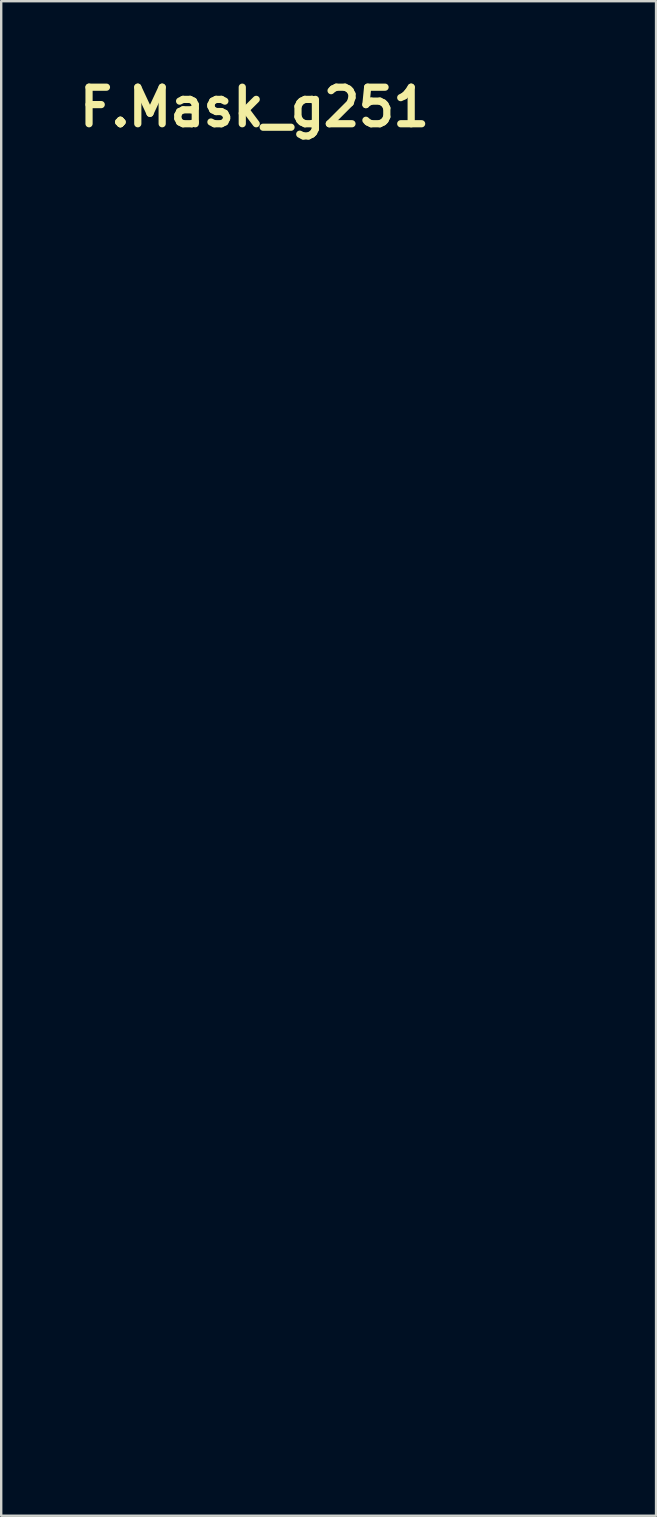
<source format=kicad_pcb>
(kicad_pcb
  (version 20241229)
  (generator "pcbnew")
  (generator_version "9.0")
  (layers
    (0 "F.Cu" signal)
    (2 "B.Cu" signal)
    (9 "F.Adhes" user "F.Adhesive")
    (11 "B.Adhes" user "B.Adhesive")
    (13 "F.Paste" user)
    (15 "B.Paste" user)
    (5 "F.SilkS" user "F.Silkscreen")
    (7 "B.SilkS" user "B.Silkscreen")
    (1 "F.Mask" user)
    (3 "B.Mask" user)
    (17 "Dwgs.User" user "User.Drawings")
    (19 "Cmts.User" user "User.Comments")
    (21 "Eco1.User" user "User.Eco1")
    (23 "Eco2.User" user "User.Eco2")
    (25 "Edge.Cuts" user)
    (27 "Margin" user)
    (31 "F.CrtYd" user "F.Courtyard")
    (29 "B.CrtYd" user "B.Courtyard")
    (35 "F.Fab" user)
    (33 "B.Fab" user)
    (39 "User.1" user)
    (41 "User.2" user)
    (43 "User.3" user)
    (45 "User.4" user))
  (footprint "F.Mask_g251"
    (layer "F.Cu")
    (at 7.555 1.418)
    (property "Reference" "F.Mask_g251" (at 0 0 0) (layer "F.SilkS") (effects (font (size 1.524 1.524) (thickness 0.3))))
    (attr through_hole)
    (fp_poly (pts (xy 9.271 25.669) (xy 9.662 25.714) (xy 10.044 25.792) (xy 10.418 25.9) (xy 10.835 26.061) (xy 11.231 26.256) (xy 11.604 26.485) (xy 11.952 26.746) (xy 12.274 27.035) (xy 12.569 27.352) (xy 12.834 27.693) (xy 13.068 28.058) (xy 13.269 28.444) (xy 13.437 28.849) (xy 13.568 29.271) (xy 13.663 29.707) (xy 13.719 30.157) (xy 13.72 30.175) (xy 13.732 30.61) (xy 13.703 31.043) (xy 13.633 31.471) (xy 13.526 31.892) (xy 13.382 32.302) (xy 13.201 32.698) (xy 12.987 33.077) (xy 12.739 33.437) (xy 12.459 33.774) (xy 12.149 34.085) (xy 11.927 34.275) (xy 11.576 34.533) (xy 11.202 34.758) (xy 10.809 34.95) (xy 10.402 35.106) (xy 9.985 35.224) (xy 9.564 35.303) (xy 9.377 35.325) (xy 9.339 35.327) (xy 9.261 35.328) (xy 9.146 35.33) (xy 8.995 35.332) (xy 8.812 35.334) (xy 8.599 35.336) (xy 8.357 35.337) (xy 8.09 35.339) (xy 7.8 35.341) (xy 7.488 35.343) (xy 7.159 35.344) (xy 6.813 35.346) (xy 6.453 35.348) (xy 6.083 35.349) (xy 5.703 35.351) (xy 5.316 35.352) (xy 4.925 35.354) (xy 4.533 35.355) (xy 4.141 35.356) (xy 3.751 35.357) (xy 3.367 35.358) (xy 2.991 35.359) (xy 2.624 35.36) (xy 2.27 35.361) (xy 1.931 35.361) (xy 1.609 35.361) (xy 1.306 35.362) (xy 1.025 35.362) (xy 0.768 35.362) (xy 0.538 35.361) (xy 0.337 35.361) (xy 0.167 35.36) (xy 0.031 35.359) (xy -0.069 35.358) (xy -0.13 35.357) (xy -0.148 35.356) (xy -0.475 35.306) (xy -0.775 35.226) (xy -1.051 35.112) (xy -1.306 34.965) (xy -1.542 34.782) (xy -1.627 34.704) (xy -1.842 34.47) (xy -2.021 34.215) (xy -2.163 33.944) (xy -2.267 33.66) (xy -2.333 33.366) (xy -2.361 33.065) (xy -2.349 32.76) (xy -2.297 32.455) (xy -2.205 32.153) (xy -2.162 32.048) (xy -2.046 31.822) (xy -1.897 31.598) (xy -1.722 31.388) (xy -1.532 31.201) (xy -1.439 31.126) (xy -1.403 31.101) (xy -1.332 31.055) (xy -1.229 30.989) (xy -1.096 30.906) (xy -0.935 30.806) (xy -0.748 30.69) (xy -0.537 30.56) (xy -0.304 30.417) (xy -0.051 30.261) (xy 0.22 30.095) (xy 0.506 29.92) (xy 0.806 29.737) (xy 1.118 29.546) (xy 1.44 29.35) (xy 1.769 29.15) (xy 2.103 28.946) (xy 2.441 28.741) (xy 2.78 28.534) (xy 3.119 28.329) (xy 3.455 28.125) (xy 3.786 27.924) (xy 4.111 27.727) (xy 4.426 27.537) (xy 4.731 27.352) (xy 5.023 27.176) (xy 5.299 27.009) (xy 5.559 26.853) (xy 5.8 26.708) (xy 6.019 26.577) (xy 6.216 26.46) (xy 6.387 26.358) (xy 6.531 26.273) (xy 6.645 26.206) (xy 6.728 26.158) (xy 6.778 26.131) (xy 6.784 26.128) (xy 7.198 25.951) (xy 7.622 25.815) (xy 8.056 25.721) (xy 8.5 25.667) (xy 8.86 25.654) (xy 9.271 25.669)) (stroke (width 0.01) (type solid)) (fill yes) (layer "F.Mask"))
    (fp_poly (pts (xy 9.191 46.004) (xy 9.606 46.047) (xy 9.926 46.104) (xy 10.218 46.18) (xy 10.524 46.283) (xy 10.833 46.407) (xy 11.131 46.549) (xy 11.406 46.702) (xy 11.543 46.788) (xy 11.91 47.058) (xy 12.245 47.354) (xy 12.548 47.675) (xy 12.819 48.017) (xy 13.055 48.38) (xy 13.258 48.76) (xy 13.425 49.155) (xy 13.556 49.563) (xy 13.65 49.981) (xy 13.707 50.407) (xy 13.726 50.839) (xy 13.706 51.275) (xy 13.646 51.711) (xy 13.546 52.147) (xy 13.409 52.567) (xy 13.236 52.969) (xy 13.026 53.353) (xy 12.781 53.717) (xy 12.504 54.058) (xy 12.199 54.374) (xy 11.866 54.66) (xy 11.509 54.915) (xy 11.131 55.135) (xy 11.017 55.192) (xy 10.648 55.357) (xy 10.289 55.485) (xy 9.931 55.58) (xy 9.567 55.643) (xy 9.189 55.676) (xy 9.049 55.681) (xy 8.968 55.682) (xy 8.849 55.683) (xy 8.696 55.684) (xy 8.511 55.686) (xy 8.295 55.687) (xy 8.052 55.688) (xy 7.783 55.689) (xy 7.492 55.69) (xy 7.18 55.691) (xy 6.851 55.692) (xy 6.505 55.692) (xy 6.147 55.693) (xy 5.777 55.694) (xy 5.4 55.694) (xy 5.016 55.695) (xy 4.629 55.695) (xy 4.24 55.696) (xy 3.853 55.696) (xy 3.47 55.696) (xy 3.092 55.696) (xy 2.723 55.696) (xy 2.365 55.696) (xy 2.02 55.696) (xy 1.691 55.695) (xy 1.38 55.695) (xy 1.089 55.695) (xy 0.821 55.694) (xy 0.579 55.693) (xy 0.364 55.693) (xy 0.179 55.692) (xy 0.027 55.691) (xy -0.09 55.69) (xy -0.17 55.689) (xy -0.21 55.687) (xy -0.212 55.687) (xy -0.513 55.642) (xy -0.801 55.559) (xy -1.072 55.442) (xy -1.323 55.293) (xy -1.554 55.115) (xy -1.761 54.912) (xy -1.941 54.685) (xy -2.093 54.439) (xy -2.214 54.175) (xy -2.301 53.897) (xy -2.353 53.608) (xy -2.367 53.31) (xy -2.353 53.108) (xy -2.3 52.801) (xy -2.209 52.506) (xy -2.085 52.228) (xy -1.928 51.97) (xy -1.742 51.737) (xy -1.528 51.532) (xy -1.397 51.431) (xy -1.358 51.406) (xy -1.285 51.359) (xy -1.18 51.293) (xy -1.045 51.21) (xy -0.882 51.109) (xy -0.693 50.993) (xy -0.481 50.862) (xy -0.247 50.719) (xy 0.007 50.563) (xy 0.278 50.398) (xy 0.564 50.222) (xy 0.864 50.039) (xy 1.175 49.849) (xy 1.495 49.654) (xy 1.823 49.454) (xy 2.156 49.252) (xy 2.491 49.047) (xy 2.828 48.842) (xy 3.164 48.638) (xy 3.497 48.436) (xy 3.824 48.237) (xy 4.144 48.043) (xy 4.455 47.854) (xy 4.754 47.673) (xy 5.04 47.5) (xy 5.311 47.336) (xy 5.563 47.183) (xy 5.797 47.043) (xy 6.008 46.915) (xy 6.196 46.803) (xy 6.358 46.706) (xy 6.492 46.626) (xy 6.596 46.564) (xy 6.668 46.522) (xy 6.705 46.502) (xy 6.909 46.406) (xy 7.136 46.313) (xy 7.371 46.228) (xy 7.567 46.167) (xy 7.952 46.077) (xy 8.356 46.019) (xy 8.771 45.995) (xy 9.191 46.004)) (stroke (width 0.01) (type solid)) (fill yes) (layer "F.Mask"))
    (fp_poly (pts (xy 9.301 15.511) (xy 9.741 15.57) (xy 10.176 15.668) (xy 10.446 15.75) (xy 10.63 15.819) (xy 10.835 15.907) (xy 11.048 16.008) (xy 11.256 16.116) (xy 11.445 16.225) (xy 11.557 16.296) (xy 11.915 16.558) (xy 12.246 16.851) (xy 12.549 17.172) (xy 12.821 17.518) (xy 13.061 17.885) (xy 13.267 18.272) (xy 13.436 18.675) (xy 13.567 19.091) (xy 13.618 19.304) (xy 13.657 19.495) (xy 13.685 19.662) (xy 13.705 19.818) (xy 13.717 19.976) (xy 13.723 20.15) (xy 13.725 20.352) (xy 13.708 20.783) (xy 13.657 21.194) (xy 13.571 21.59) (xy 13.449 21.978) (xy 13.288 22.366) (xy 13.229 22.49) (xy 13.013 22.881) (xy 12.763 23.249) (xy 12.483 23.589) (xy 12.174 23.902) (xy 11.839 24.185) (xy 11.481 24.436) (xy 11.101 24.655) (xy 10.702 24.839) (xy 10.286 24.987) (xy 9.856 25.097) (xy 9.419 25.166) (xy 9.377 25.169) (xy 9.295 25.171) (xy 9.176 25.173) (xy 9.022 25.175) (xy 8.835 25.178) (xy 8.618 25.18) (xy 8.373 25.182) (xy 8.102 25.184) (xy 7.808 25.186) (xy 7.493 25.188) (xy 7.16 25.189) (xy 6.81 25.191) (xy 6.447 25.192) (xy 6.072 25.194) (xy 5.689 25.195) (xy 5.298 25.196) (xy 4.904 25.198) (xy 4.507 25.199) (xy 4.111 25.199) (xy 3.718 25.2) (xy 3.329 25.201) (xy 2.949 25.201) (xy 2.578 25.201) (xy 2.219 25.201) (xy 1.875 25.201) (xy 1.548 25.201) (xy 1.241 25.201) (xy 0.955 25.2) (xy 0.693 25.199) (xy 0.458 25.198) (xy 0.251 25.197) (xy 0.076 25.196) (xy -0.066 25.194) (xy -0.172 25.192) (xy -0.239 25.19) (xy -0.263 25.189) (xy -0.579 25.13) (xy -0.871 25.036) (xy -1.144 24.906) (xy -1.398 24.739) (xy -1.627 24.544) (xy -1.842 24.31) (xy -2.02 24.057) (xy -2.162 23.787) (xy -2.267 23.503) (xy -2.333 23.21) (xy -2.361 22.909) (xy -2.349 22.604) (xy -2.297 22.299) (xy -2.205 21.996) (xy -2.162 21.89) (xy -2.057 21.683) (xy -1.921 21.475) (xy -1.761 21.275) (xy -1.587 21.095) (xy -1.407 20.944) (xy -1.367 20.916) (xy -1.318 20.884) (xy -1.236 20.831) (xy -1.122 20.76) (xy -0.978 20.671) (xy -0.808 20.565) (xy -0.612 20.445) (xy -0.392 20.31) (xy -0.152 20.162) (xy 0.107 20.004) (xy 0.384 19.835) (xy 0.675 19.657) (xy 0.98 19.471) (xy 1.294 19.279) (xy 1.618 19.082) (xy 1.948 18.881) (xy 2.283 18.677) (xy 2.621 18.472) (xy 2.958 18.267) (xy 3.294 18.063) (xy 3.627 17.862) (xy 3.953 17.664) (xy 4.272 17.471) (xy 4.58 17.284) (xy 4.877 17.105) (xy 5.159 16.935) (xy 5.425 16.774) (xy 5.673 16.625) (xy 5.901 16.488) (xy 6.106 16.366) (xy 6.286 16.258) (xy 6.44 16.166) (xy 6.566 16.092) (xy 6.66 16.037) (xy 6.722 16.002) (xy 6.742 15.991) (xy 7.143 15.813) (xy 7.558 15.675) (xy 7.985 15.575) (xy 8.42 15.514) (xy 8.859 15.493) (xy 9.301 15.511)) (stroke (width 0.01) (type solid)) (fill yes) (layer "F.Mask"))
    (fp_poly (pts (xy 9.131 35.82) (xy 9.288 35.826) (xy 9.381 35.834) (xy 9.836 35.904) (xy 10.275 36.014) (xy 10.698 36.162) (xy 11.103 36.348) (xy 11.49 36.572) (xy 11.857 36.833) (xy 12.203 37.131) (xy 12.372 37.298) (xy 12.669 37.636) (xy 12.931 37.994) (xy 13.157 38.372) (xy 13.347 38.766) (xy 13.499 39.174) (xy 13.614 39.593) (xy 13.69 40.021) (xy 13.728 40.456) (xy 13.726 40.894) (xy 13.684 41.333) (xy 13.601 41.771) (xy 13.478 42.205) (xy 13.472 42.223) (xy 13.308 42.64) (xy 13.107 43.039) (xy 12.871 43.416) (xy 12.6 43.771) (xy 12.297 44.101) (xy 11.963 44.404) (xy 11.6 44.678) (xy 11.546 44.714) (xy 11.209 44.917) (xy 10.844 45.094) (xy 10.46 45.244) (xy 10.066 45.362) (xy 9.672 45.446) (xy 9.366 45.486) (xy 9.328 45.487) (xy 9.251 45.489) (xy 9.135 45.491) (xy 8.985 45.492) (xy 8.801 45.494) (xy 8.588 45.496) (xy 8.346 45.497) (xy 8.078 45.499) (xy 7.788 45.501) (xy 7.476 45.502) (xy 7.146 45.504) (xy 6.8 45.505) (xy 6.44 45.507) (xy 6.069 45.508) (xy 5.689 45.51) (xy 5.303 45.511) (xy 4.912 45.512) (xy 4.519 45.514) (xy 4.127 45.515) (xy 3.738 45.516) (xy 3.354 45.517) (xy 2.978 45.518) (xy 2.613 45.518) (xy 2.259 45.519) (xy 1.921 45.519) (xy 1.6 45.519) (xy 1.299 45.52) (xy 1.019 45.52) (xy 0.765 45.519) (xy 0.537 45.519) (xy 0.338 45.519) (xy 0.171 45.518) (xy 0.037 45.517) (xy -0.059 45.516) (xy -0.118 45.515) (xy -0.127 45.514) (xy -0.436 45.476) (xy -0.735 45.398) (xy -1.02 45.283) (xy -1.287 45.133) (xy -1.532 44.95) (xy -1.753 44.736) (xy -1.944 44.493) (xy -1.961 44.468) (xy -2.078 44.271) (xy -2.18 44.056) (xy -2.26 43.841) (xy -2.293 43.727) (xy -2.347 43.424) (xy -2.36 43.116) (xy -2.333 42.808) (xy -2.268 42.506) (xy -2.165 42.214) (xy -2.024 41.938) (xy -1.999 41.897) (xy -1.925 41.791) (xy -1.827 41.67) (xy -1.716 41.545) (xy -1.6 41.427) (xy -1.49 41.326) (xy -1.434 41.28) (xy -1.398 41.255) (xy -1.328 41.21) (xy -1.225 41.145) (xy -1.093 41.062) (xy -0.932 40.962) (xy -0.746 40.847) (xy -0.535 40.717) (xy -0.303 40.574) (xy -0.051 40.419) (xy 0.219 40.254) (xy 0.505 40.079) (xy 0.804 39.896) (xy 1.115 39.706) (xy 1.435 39.511) (xy 1.763 39.311) (xy 2.096 39.108) (xy 2.432 38.904) (xy 2.77 38.698) (xy 3.107 38.493) (xy 3.441 38.29) (xy 3.771 38.091) (xy 4.093 37.895) (xy 4.407 37.705) (xy 4.709 37.523) (xy 4.999 37.348) (xy 5.273 37.182) (xy 5.53 37.028) (xy 5.768 36.885) (xy 5.984 36.755) (xy 6.177 36.639) (xy 6.345 36.54) (xy 6.485 36.457) (xy 6.596 36.392) (xy 6.675 36.346) (xy 6.72 36.322) (xy 6.72 36.322) (xy 7.136 36.136) (xy 7.566 35.99) (xy 8.009 35.884) (xy 8.107 35.866) (xy 8.234 35.849) (xy 8.393 35.836) (xy 8.572 35.826) (xy 8.762 35.82) (xy 8.952 35.817) (xy 9.131 35.82)) (stroke (width 0.01) (type solid)) (fill yes) (layer "F.Mask")))
  (gr_rect
    (start -3 -3)
    (end 24.292 60.119)
    (stroke (width 0.1) (type default))
    (fill no)
    (layer "Edge.Cuts")))
</source>
